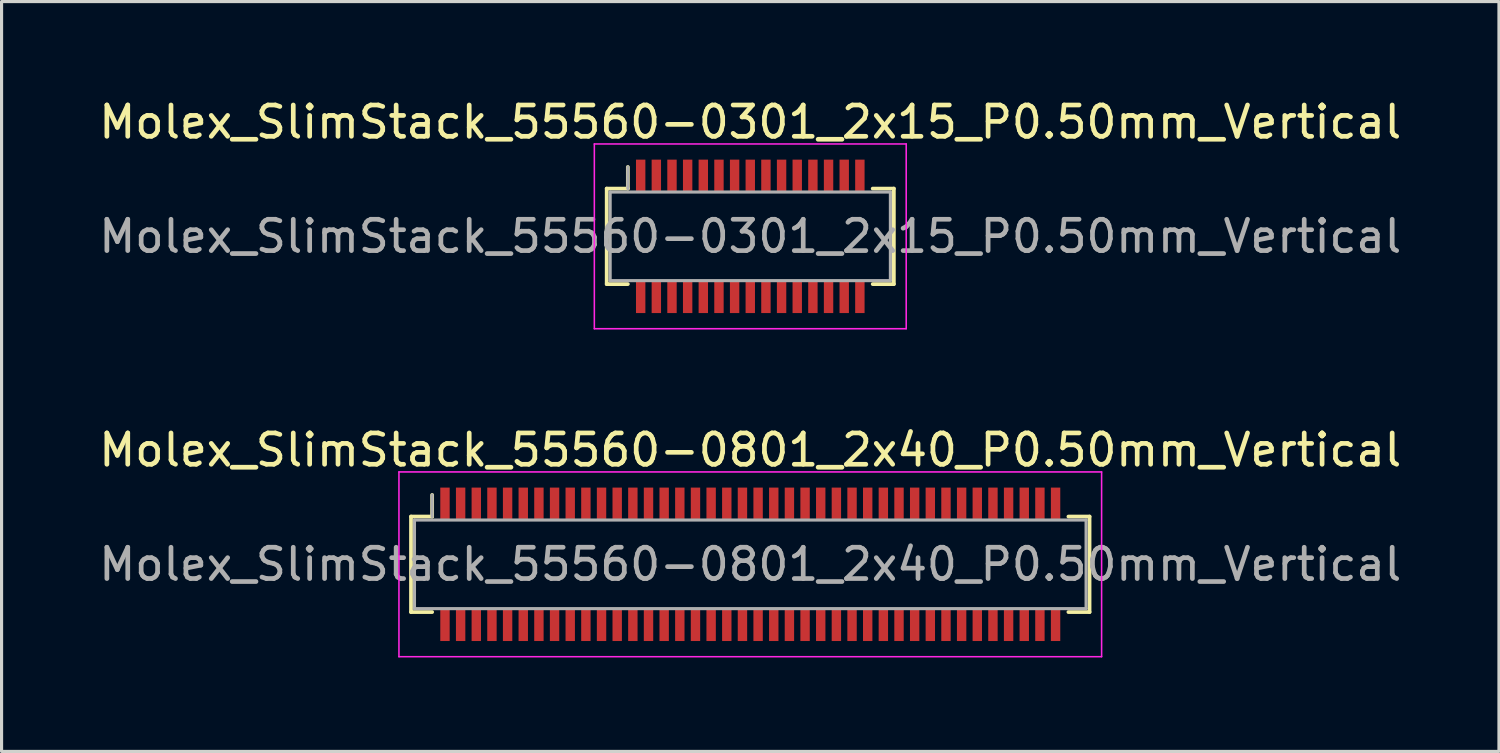
<source format=kicad_pcb>
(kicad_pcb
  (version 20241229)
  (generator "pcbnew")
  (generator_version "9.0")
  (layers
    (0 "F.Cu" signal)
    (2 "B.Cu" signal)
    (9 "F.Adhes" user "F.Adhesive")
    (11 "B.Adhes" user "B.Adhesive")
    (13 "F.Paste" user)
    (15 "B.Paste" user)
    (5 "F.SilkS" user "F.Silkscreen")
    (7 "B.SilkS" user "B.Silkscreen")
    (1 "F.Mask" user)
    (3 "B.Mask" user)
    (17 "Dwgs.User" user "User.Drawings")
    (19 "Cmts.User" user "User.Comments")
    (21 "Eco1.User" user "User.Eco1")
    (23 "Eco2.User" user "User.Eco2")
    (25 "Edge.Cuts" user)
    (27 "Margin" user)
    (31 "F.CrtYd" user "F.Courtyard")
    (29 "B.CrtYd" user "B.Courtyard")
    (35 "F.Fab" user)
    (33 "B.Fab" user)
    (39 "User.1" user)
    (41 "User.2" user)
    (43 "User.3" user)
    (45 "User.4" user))
  (footprint "Molex_SlimStack_55560-0801_2x40_P0.50mm_Vertical"
    (layer "F.Cu")
    (at 20.911 14.972)
    (property "Reference" "Molex_SlimStack_55560-0801_2x40_P0.50mm_Vertical" (at 0 -3.65 0) (layer "F.SilkS") (effects (font (size 1 1) (thickness 0.15))))
    (attr smd)
    (fp_line (start -10.835 -1.525) (end -10.16 -1.525) (stroke (width 0.12) (type solid)) (layer "F.SilkS"))
    (fp_line (start -10.835 1.525) (end -10.835 -1.525) (stroke (width 0.12) (type solid)) (layer "F.SilkS"))
    (fp_line (start -10.16 -1.525) (end -10.16 -2.215) (stroke (width 0.12) (type solid)) (layer "F.SilkS"))
    (fp_line (start -10.16 1.525) (end -10.835 1.525) (stroke (width 0.12) (type solid)) (layer "F.SilkS"))
    (fp_line (start 10.16 1.525) (end 10.835 1.525) (stroke (width 0.12) (type solid)) (layer "F.SilkS"))
    (fp_line (start 10.835 -1.525) (end 10.16 -1.525) (stroke (width 0.12) (type solid)) (layer "F.SilkS"))
    (fp_line (start 10.835 1.525) (end 10.835 -1.525) (stroke (width 0.12) (type solid)) (layer "F.SilkS"))
    (fp_line (start -11.22 -2.95) (end -11.22 2.95) (stroke (width 0.05) (type solid)) (layer "F.CrtYd"))
    (fp_line (start -11.22 2.95) (end 11.22 2.95) (stroke (width 0.05) (type solid)) (layer "F.CrtYd"))
    (fp_line (start 11.22 -2.95) (end -11.22 -2.95) (stroke (width 0.05) (type solid)) (layer "F.CrtYd"))
    (fp_line (start 11.22 2.95) (end 11.22 -2.95) (stroke (width 0.05) (type solid)) (layer "F.CrtYd"))
    (fp_line (start -10.725 -1.415) (end -10.725 1.415) (stroke (width 0.1) (type solid)) (layer "F.Fab"))
    (fp_line (start -10.725 1.415) (end 10.725 1.415) (stroke (width 0.1) (type solid)) (layer "F.Fab"))
    (fp_line (start -10.16 -1.525) (end -10.16 -2.215) (stroke (width 0.1) (type solid)) (layer "F.Fab"))
    (fp_line (start 10.725 -1.415) (end -10.725 -1.415) (stroke (width 0.1) (type solid)) (layer "F.Fab"))
    (fp_line (start 10.725 1.415) (end 10.725 -1.415) (stroke (width 0.1) (type solid)) (layer "F.Fab"))
    (fp_text user "${REFERENCE}" (at 0 0 0) (layer "F.Fab") (effects (font (size 1 1) (thickness 0.15))))
    (pad "1" smd rect (at -9.75 -1.95) (size 0.3 1) (layers "F.Cu" "F.Mask" "F.Paste"))
    (pad "2" smd rect (at -9.75 1.95) (size 0.3 1) (layers "F.Cu" "F.Mask" "F.Paste"))
    (pad "3" smd rect (at -9.25 -1.95) (size 0.3 1) (layers "F.Cu" "F.Mask" "F.Paste"))
    (pad "4" smd rect (at -9.25 1.95) (size 0.3 1) (layers "F.Cu" "F.Mask" "F.Paste"))
    (pad "5" smd rect (at -8.75 -1.95) (size 0.3 1) (layers "F.Cu" "F.Mask" "F.Paste"))
    (pad "6" smd rect (at -8.75 1.95) (size 0.3 1) (layers "F.Cu" "F.Mask" "F.Paste"))
    (pad "7" smd rect (at -8.25 -1.95) (size 0.3 1) (layers "F.Cu" "F.Mask" "F.Paste"))
    (pad "8" smd rect (at -8.25 1.95) (size 0.3 1) (layers "F.Cu" "F.Mask" "F.Paste"))
    (pad "9" smd rect (at -7.75 -1.95) (size 0.3 1) (layers "F.Cu" "F.Mask" "F.Paste"))
    (pad "10" smd rect (at -7.75 1.95) (size 0.3 1) (layers "F.Cu" "F.Mask" "F.Paste"))
    (pad "11" smd rect (at -7.25 -1.95) (size 0.3 1) (layers "F.Cu" "F.Mask" "F.Paste"))
    (pad "12" smd rect (at -7.25 1.95) (size 0.3 1) (layers "F.Cu" "F.Mask" "F.Paste"))
    (pad "13" smd rect (at -6.75 -1.95) (size 0.3 1) (layers "F.Cu" "F.Mask" "F.Paste"))
    (pad "14" smd rect (at -6.75 1.95) (size 0.3 1) (layers "F.Cu" "F.Mask" "F.Paste"))
    (pad "15" smd rect (at -6.25 -1.95) (size 0.3 1) (layers "F.Cu" "F.Mask" "F.Paste"))
    (pad "16" smd rect (at -6.25 1.95) (size 0.3 1) (layers "F.Cu" "F.Mask" "F.Paste"))
    (pad "17" smd rect (at -5.75 -1.95) (size 0.3 1) (layers "F.Cu" "F.Mask" "F.Paste"))
    (pad "18" smd rect (at -5.75 1.95) (size 0.3 1) (layers "F.Cu" "F.Mask" "F.Paste"))
    (pad "19" smd rect (at -5.25 -1.95) (size 0.3 1) (layers "F.Cu" "F.Mask" "F.Paste"))
    (pad "20" smd rect (at -5.25 1.95) (size 0.3 1) (layers "F.Cu" "F.Mask" "F.Paste"))
    (pad "21" smd rect (at -4.75 -1.95) (size 0.3 1) (layers "F.Cu" "F.Mask" "F.Paste"))
    (pad "22" smd rect (at -4.75 1.95) (size 0.3 1) (layers "F.Cu" "F.Mask" "F.Paste"))
    (pad "23" smd rect (at -4.25 -1.95) (size 0.3 1) (layers "F.Cu" "F.Mask" "F.Paste"))
    (pad "24" smd rect (at -4.25 1.95) (size 0.3 1) (layers "F.Cu" "F.Mask" "F.Paste"))
    (pad "25" smd rect (at -3.75 -1.95) (size 0.3 1) (layers "F.Cu" "F.Mask" "F.Paste"))
    (pad "26" smd rect (at -3.75 1.95) (size 0.3 1) (layers "F.Cu" "F.Mask" "F.Paste"))
    (pad "27" smd rect (at -3.25 -1.95) (size 0.3 1) (layers "F.Cu" "F.Mask" "F.Paste"))
    (pad "28" smd rect (at -3.25 1.95) (size 0.3 1) (layers "F.Cu" "F.Mask" "F.Paste"))
    (pad "29" smd rect (at -2.75 -1.95) (size 0.3 1) (layers "F.Cu" "F.Mask" "F.Paste"))
    (pad "30" smd rect (at -2.75 1.95) (size 0.3 1) (layers "F.Cu" "F.Mask" "F.Paste"))
    (pad "31" smd rect (at -2.25 -1.95) (size 0.3 1) (layers "F.Cu" "F.Mask" "F.Paste"))
    (pad "32" smd rect (at -2.25 1.95) (size 0.3 1) (layers "F.Cu" "F.Mask" "F.Paste"))
    (pad "33" smd rect (at -1.75 -1.95) (size 0.3 1) (layers "F.Cu" "F.Mask" "F.Paste"))
    (pad "34" smd rect (at -1.75 1.95) (size 0.3 1) (layers "F.Cu" "F.Mask" "F.Paste"))
    (pad "35" smd rect (at -1.25 -1.95) (size 0.3 1) (layers "F.Cu" "F.Mask" "F.Paste"))
    (pad "36" smd rect (at -1.25 1.95) (size 0.3 1) (layers "F.Cu" "F.Mask" "F.Paste"))
    (pad "37" smd rect (at -0.75 -1.95) (size 0.3 1) (layers "F.Cu" "F.Mask" "F.Paste"))
    (pad "38" smd rect (at -0.75 1.95) (size 0.3 1) (layers "F.Cu" "F.Mask" "F.Paste"))
    (pad "39" smd rect (at -0.25 -1.95) (size 0.3 1) (layers "F.Cu" "F.Mask" "F.Paste"))
    (pad "40" smd rect (at -0.25 1.95) (size 0.3 1) (layers "F.Cu" "F.Mask" "F.Paste"))
    (pad "41" smd rect (at 0.25 -1.95) (size 0.3 1) (layers "F.Cu" "F.Mask" "F.Paste"))
    (pad "42" smd rect (at 0.25 1.95) (size 0.3 1) (layers "F.Cu" "F.Mask" "F.Paste"))
    (pad "43" smd rect (at 0.75 -1.95) (size 0.3 1) (layers "F.Cu" "F.Mask" "F.Paste"))
    (pad "44" smd rect (at 0.75 1.95) (size 0.3 1) (layers "F.Cu" "F.Mask" "F.Paste"))
    (pad "45" smd rect (at 1.25 -1.95) (size 0.3 1) (layers "F.Cu" "F.Mask" "F.Paste"))
    (pad "46" smd rect (at 1.25 1.95) (size 0.3 1) (layers "F.Cu" "F.Mask" "F.Paste"))
    (pad "47" smd rect (at 1.75 -1.95) (size 0.3 1) (layers "F.Cu" "F.Mask" "F.Paste"))
    (pad "48" smd rect (at 1.75 1.95) (size 0.3 1) (layers "F.Cu" "F.Mask" "F.Paste"))
    (pad "49" smd rect (at 2.25 -1.95) (size 0.3 1) (layers "F.Cu" "F.Mask" "F.Paste"))
    (pad "50" smd rect (at 2.25 1.95) (size 0.3 1) (layers "F.Cu" "F.Mask" "F.Paste"))
    (pad "51" smd rect (at 2.75 -1.95) (size 0.3 1) (layers "F.Cu" "F.Mask" "F.Paste"))
    (pad "52" smd rect (at 2.75 1.95) (size 0.3 1) (layers "F.Cu" "F.Mask" "F.Paste"))
    (pad "53" smd rect (at 3.25 -1.95) (size 0.3 1) (layers "F.Cu" "F.Mask" "F.Paste"))
    (pad "54" smd rect (at 3.25 1.95) (size 0.3 1) (layers "F.Cu" "F.Mask" "F.Paste"))
    (pad "55" smd rect (at 3.75 -1.95) (size 0.3 1) (layers "F.Cu" "F.Mask" "F.Paste"))
    (pad "56" smd rect (at 3.75 1.95) (size 0.3 1) (layers "F.Cu" "F.Mask" "F.Paste"))
    (pad "57" smd rect (at 4.25 -1.95) (size 0.3 1) (layers "F.Cu" "F.Mask" "F.Paste"))
    (pad "58" smd rect (at 4.25 1.95) (size 0.3 1) (layers "F.Cu" "F.Mask" "F.Paste"))
    (pad "59" smd rect (at 4.75 -1.95) (size 0.3 1) (layers "F.Cu" "F.Mask" "F.Paste"))
    (pad "60" smd rect (at 4.75 1.95) (size 0.3 1) (layers "F.Cu" "F.Mask" "F.Paste"))
    (pad "61" smd rect (at 5.25 -1.95) (size 0.3 1) (layers "F.Cu" "F.Mask" "F.Paste"))
    (pad "62" smd rect (at 5.25 1.95) (size 0.3 1) (layers "F.Cu" "F.Mask" "F.Paste"))
    (pad "63" smd rect (at 5.75 -1.95) (size 0.3 1) (layers "F.Cu" "F.Mask" "F.Paste"))
    (pad "64" smd rect (at 5.75 1.95) (size 0.3 1) (layers "F.Cu" "F.Mask" "F.Paste"))
    (pad "65" smd rect (at 6.25 -1.95) (size 0.3 1) (layers "F.Cu" "F.Mask" "F.Paste"))
    (pad "66" smd rect (at 6.25 1.95) (size 0.3 1) (layers "F.Cu" "F.Mask" "F.Paste"))
    (pad "67" smd rect (at 6.75 -1.95) (size 0.3 1) (layers "F.Cu" "F.Mask" "F.Paste"))
    (pad "68" smd rect (at 6.75 1.95) (size 0.3 1) (layers "F.Cu" "F.Mask" "F.Paste"))
    (pad "69" smd rect (at 7.25 -1.95) (size 0.3 1) (layers "F.Cu" "F.Mask" "F.Paste"))
    (pad "70" smd rect (at 7.25 1.95) (size 0.3 1) (layers "F.Cu" "F.Mask" "F.Paste"))
    (pad "71" smd rect (at 7.75 -1.95) (size 0.3 1) (layers "F.Cu" "F.Mask" "F.Paste"))
    (pad "72" smd rect (at 7.75 1.95) (size 0.3 1) (layers "F.Cu" "F.Mask" "F.Paste"))
    (pad "73" smd rect (at 8.25 -1.95) (size 0.3 1) (layers "F.Cu" "F.Mask" "F.Paste"))
    (pad "74" smd rect (at 8.25 1.95) (size 0.3 1) (layers "F.Cu" "F.Mask" "F.Paste"))
    (pad "75" smd rect (at 8.75 -1.95) (size 0.3 1) (layers "F.Cu" "F.Mask" "F.Paste"))
    (pad "76" smd rect (at 8.75 1.95) (size 0.3 1) (layers "F.Cu" "F.Mask" "F.Paste"))
    (pad "77" smd rect (at 9.25 -1.95) (size 0.3 1) (layers "F.Cu" "F.Mask" "F.Paste"))
    (pad "78" smd rect (at 9.25 1.95) (size 0.3 1) (layers "F.Cu" "F.Mask" "F.Paste"))
    (pad "79" smd rect (at 9.75 -1.95) (size 0.3 1) (layers "F.Cu" "F.Mask" "F.Paste"))
    (pad "80" smd rect (at 9.75 1.95) (size 0.3 1) (layers "F.Cu" "F.Mask" "F.Paste")))
  (footprint "Molex_SlimStack_55560-0301_2x15_P0.50mm_Vertical"
    (layer "F.Cu")
    (at 20.911 4.498)
    (property "Reference" "Molex_SlimStack_55560-0301_2x15_P0.50mm_Vertical" (at 0 -3.65 0) (layer "F.SilkS") (effects (font (size 1 1) (thickness 0.15))))
    (attr smd)
    (fp_line (start -4.585 -1.525) (end -3.91 -1.525) (stroke (width 0.12) (type solid)) (layer "F.SilkS"))
    (fp_line (start -4.585 1.525) (end -4.585 -1.525) (stroke (width 0.12) (type solid)) (layer "F.SilkS"))
    (fp_line (start -3.91 -1.525) (end -3.91 -2.215) (stroke (width 0.12) (type solid)) (layer "F.SilkS"))
    (fp_line (start -3.91 1.525) (end -4.585 1.525) (stroke (width 0.12) (type solid)) (layer "F.SilkS"))
    (fp_line (start 3.91 1.525) (end 4.585 1.525) (stroke (width 0.12) (type solid)) (layer "F.SilkS"))
    (fp_line (start 4.585 -1.525) (end 3.91 -1.525) (stroke (width 0.12) (type solid)) (layer "F.SilkS"))
    (fp_line (start 4.585 1.525) (end 4.585 -1.525) (stroke (width 0.12) (type solid)) (layer "F.SilkS"))
    (fp_line (start -4.98 -2.95) (end -4.98 2.95) (stroke (width 0.05) (type solid)) (layer "F.CrtYd"))
    (fp_line (start -4.98 2.95) (end 4.98 2.95) (stroke (width 0.05) (type solid)) (layer "F.CrtYd"))
    (fp_line (start 4.98 -2.95) (end -4.98 -2.95) (stroke (width 0.05) (type solid)) (layer "F.CrtYd"))
    (fp_line (start 4.98 2.95) (end 4.98 -2.95) (stroke (width 0.05) (type solid)) (layer "F.CrtYd"))
    (fp_line (start -4.475 -1.415) (end -4.475 1.415) (stroke (width 0.1) (type solid)) (layer "F.Fab"))
    (fp_line (start -4.475 1.415) (end 4.475 1.415) (stroke (width 0.1) (type solid)) (layer "F.Fab"))
    (fp_line (start -3.91 -1.525) (end -3.91 -2.215) (stroke (width 0.1) (type solid)) (layer "F.Fab"))
    (fp_line (start 4.475 -1.415) (end -4.475 -1.415) (stroke (width 0.1) (type solid)) (layer "F.Fab"))
    (fp_line (start 4.475 1.415) (end 4.475 -1.415) (stroke (width 0.1) (type solid)) (layer "F.Fab"))
    (fp_text user "${REFERENCE}" (at 0 0 0) (layer "F.Fab") (effects (font (size 1 1) (thickness 0.15))))
    (pad "1" smd rect (at -3.5 -1.95) (size 0.3 1) (layers "F.Cu" "F.Mask" "F.Paste"))
    (pad "2" smd rect (at -3.5 1.95) (size 0.3 1) (layers "F.Cu" "F.Mask" "F.Paste"))
    (pad "3" smd rect (at -3 -1.95) (size 0.3 1) (layers "F.Cu" "F.Mask" "F.Paste"))
    (pad "4" smd rect (at -3 1.95) (size 0.3 1) (layers "F.Cu" "F.Mask" "F.Paste"))
    (pad "5" smd rect (at -2.5 -1.95) (size 0.3 1) (layers "F.Cu" "F.Mask" "F.Paste"))
    (pad "6" smd rect (at -2.5 1.95) (size 0.3 1) (layers "F.Cu" "F.Mask" "F.Paste"))
    (pad "7" smd rect (at -2 -1.95) (size 0.3 1) (layers "F.Cu" "F.Mask" "F.Paste"))
    (pad "8" smd rect (at -2 1.95) (size 0.3 1) (layers "F.Cu" "F.Mask" "F.Paste"))
    (pad "9" smd rect (at -1.5 -1.95) (size 0.3 1) (layers "F.Cu" "F.Mask" "F.Paste"))
    (pad "10" smd rect (at -1.5 1.95) (size 0.3 1) (layers "F.Cu" "F.Mask" "F.Paste"))
    (pad "11" smd rect (at -1 -1.95) (size 0.3 1) (layers "F.Cu" "F.Mask" "F.Paste"))
    (pad "12" smd rect (at -1 1.95) (size 0.3 1) (layers "F.Cu" "F.Mask" "F.Paste"))
    (pad "13" smd rect (at -0.5 -1.95) (size 0.3 1) (layers "F.Cu" "F.Mask" "F.Paste"))
    (pad "14" smd rect (at -0.5 1.95) (size 0.3 1) (layers "F.Cu" "F.Mask" "F.Paste"))
    (pad "15" smd rect (at 0 -1.95) (size 0.3 1) (layers "F.Cu" "F.Mask" "F.Paste"))
    (pad "16" smd rect (at 0 1.95) (size 0.3 1) (layers "F.Cu" "F.Mask" "F.Paste"))
    (pad "17" smd rect (at 0.5 -1.95) (size 0.3 1) (layers "F.Cu" "F.Mask" "F.Paste"))
    (pad "18" smd rect (at 0.5 1.95) (size 0.3 1) (layers "F.Cu" "F.Mask" "F.Paste"))
    (pad "19" smd rect (at 1 -1.95) (size 0.3 1) (layers "F.Cu" "F.Mask" "F.Paste"))
    (pad "20" smd rect (at 1 1.95) (size 0.3 1) (layers "F.Cu" "F.Mask" "F.Paste"))
    (pad "21" smd rect (at 1.5 -1.95) (size 0.3 1) (layers "F.Cu" "F.Mask" "F.Paste"))
    (pad "22" smd rect (at 1.5 1.95) (size 0.3 1) (layers "F.Cu" "F.Mask" "F.Paste"))
    (pad "23" smd rect (at 2 -1.95) (size 0.3 1) (layers "F.Cu" "F.Mask" "F.Paste"))
    (pad "24" smd rect (at 2 1.95) (size 0.3 1) (layers "F.Cu" "F.Mask" "F.Paste"))
    (pad "25" smd rect (at 2.5 -1.95) (size 0.3 1) (layers "F.Cu" "F.Mask" "F.Paste"))
    (pad "26" smd rect (at 2.5 1.95) (size 0.3 1) (layers "F.Cu" "F.Mask" "F.Paste"))
    (pad "27" smd rect (at 3 -1.95) (size 0.3 1) (layers "F.Cu" "F.Mask" "F.Paste"))
    (pad "28" smd rect (at 3 1.95) (size 0.3 1) (layers "F.Cu" "F.Mask" "F.Paste"))
    (pad "29" smd rect (at 3.5 -1.95) (size 0.3 1) (layers "F.Cu" "F.Mask" "F.Paste"))
    (pad "30" smd rect (at 3.5 1.95) (size 0.3 1) (layers "F.Cu" "F.Mask" "F.Paste")))
  (gr_rect
    (start -3 -3)
    (end 44.821 20.947)
    (stroke (width 0.1) (type default))
    (fill no)
    (layer "Edge.Cuts")))
</source>
